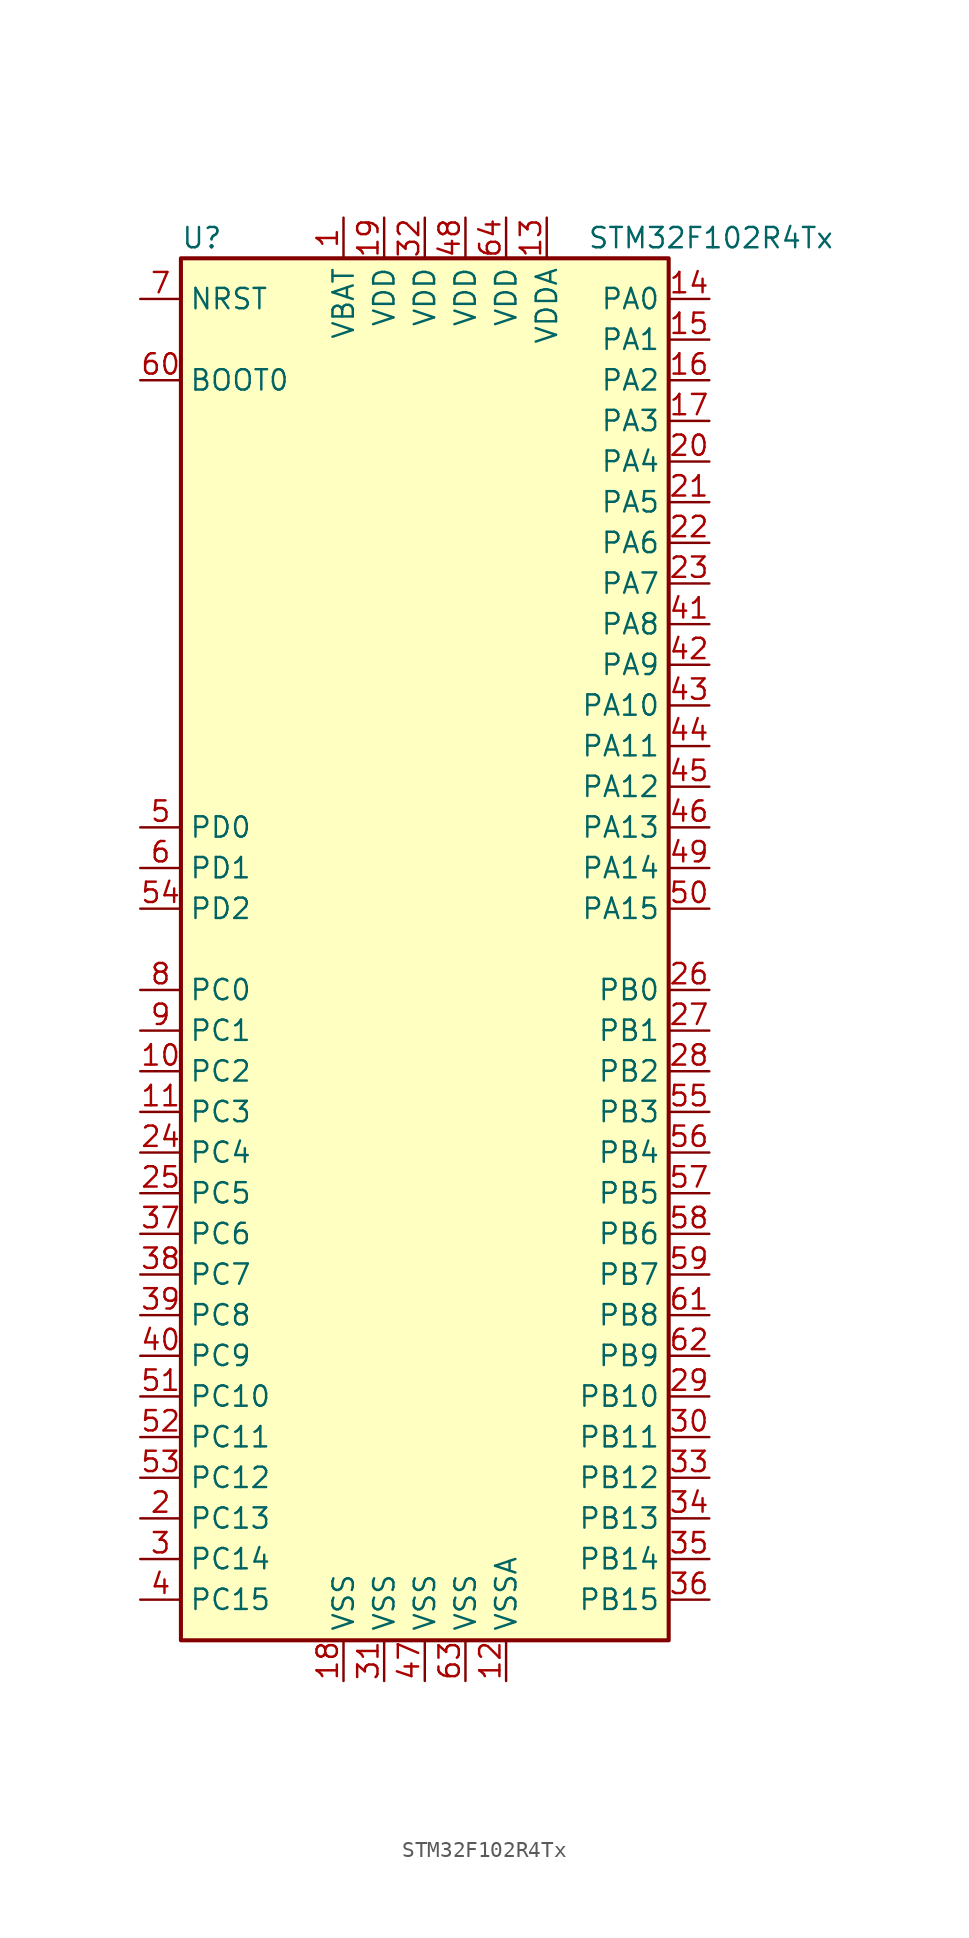
<source format=kicad_sym>
(kicad_symbol_lib
  (version 20201005)
  (generator kicad_symbol_editor)
  (symbol "STM32F102R4Tx"
    (property "Reference" "U"
      (at -15.24 44.45 0)
      (effects (font (size 1.27 1.27)) (justify left)))
    (property "Value" "STM32F102R4Tx"
      (at 10.16 44.45 0)
      (effects (font (size 1.27 1.27)) (justify left)))
    (symbol "STM32F102R4Tx_0_1"
      (rectangle (start -15.24 -43.18) (end 15.24 43.18) (stroke (width 0.254)) (fill (type background))))
    (symbol "STM32F102R4Tx_1_1"
      (pin power_in line (at -5.08 45.72 270) (length 2.54) (name "VBAT" (effects (font (size 1.27 1.27)))) (number "1" (effects (font (size 1.27 1.27)))))
      (pin bidirectional line (at -17.78 -7.62 0) (length 2.54) (name "PC2" (effects (font (size 1.27 1.27)))) (number "10" (effects (font (size 1.27 1.27)))))
      (pin bidirectional line (at -17.78 -10.16 0) (length 2.54) (name "PC3" (effects (font (size 1.27 1.27)))) (number "11" (effects (font (size 1.27 1.27)))))
      (pin power_in line (at 5.08 -45.72 90) (length 2.54) (name "VSSA" (effects (font (size 1.27 1.27)))) (number "12" (effects (font (size 1.27 1.27)))))
      (pin power_in line (at 7.62 45.72 270) (length 2.54) (name "VDDA" (effects (font (size 1.27 1.27)))) (number "13" (effects (font (size 1.27 1.27)))))
      (pin bidirectional line (at 17.78 40.64 180) (length 2.54) (name "PA0" (effects (font (size 1.27 1.27)))) (number "14" (effects (font (size 1.27 1.27)))))
      (pin bidirectional line (at 17.78 38.1 180) (length 2.54) (name "PA1" (effects (font (size 1.27 1.27)))) (number "15" (effects (font (size 1.27 1.27)))))
      (pin bidirectional line (at 17.78 35.56 180) (length 2.54) (name "PA2" (effects (font (size 1.27 1.27)))) (number "16" (effects (font (size 1.27 1.27)))))
      (pin bidirectional line (at 17.78 33.02 180) (length 2.54) (name "PA3" (effects (font (size 1.27 1.27)))) (number "17" (effects (font (size 1.27 1.27)))))
      (pin power_in line (at -5.08 -45.72 90) (length 2.54) (name "VSS" (effects (font (size 1.27 1.27)))) (number "18" (effects (font (size 1.27 1.27)))))
      (pin power_in line (at -2.54 45.72 270) (length 2.54) (name "VDD" (effects (font (size 1.27 1.27)))) (number "19" (effects (font (size 1.27 1.27)))))
      (pin bidirectional line (at -17.78 -35.56 0) (length 2.54) (name "PC13" (effects (font (size 1.27 1.27)))) (number "2" (effects (font (size 1.27 1.27)))))
      (pin bidirectional line (at 17.78 30.48 180) (length 2.54) (name "PA4" (effects (font (size 1.27 1.27)))) (number "20" (effects (font (size 1.27 1.27)))))
      (pin bidirectional line (at 17.78 27.94 180) (length 2.54) (name "PA5" (effects (font (size 1.27 1.27)))) (number "21" (effects (font (size 1.27 1.27)))))
      (pin bidirectional line (at 17.78 25.4 180) (length 2.54) (name "PA6" (effects (font (size 1.27 1.27)))) (number "22" (effects (font (size 1.27 1.27)))))
      (pin bidirectional line (at 17.78 22.86 180) (length 2.54) (name "PA7" (effects (font (size 1.27 1.27)))) (number "23" (effects (font (size 1.27 1.27)))))
      (pin bidirectional line (at -17.78 -12.7 0) (length 2.54) (name "PC4" (effects (font (size 1.27 1.27)))) (number "24" (effects (font (size 1.27 1.27)))))
      (pin bidirectional line (at -17.78 -15.24 0) (length 2.54) (name "PC5" (effects (font (size 1.27 1.27)))) (number "25" (effects (font (size 1.27 1.27)))))
      (pin bidirectional line (at 17.78 -2.54 180) (length 2.54) (name "PB0" (effects (font (size 1.27 1.27)))) (number "26" (effects (font (size 1.27 1.27)))))
      (pin bidirectional line (at 17.78 -5.08 180) (length 2.54) (name "PB1" (effects (font (size 1.27 1.27)))) (number "27" (effects (font (size 1.27 1.27)))))
      (pin bidirectional line (at 17.78 -7.62 180) (length 2.54) (name "PB2" (effects (font (size 1.27 1.27)))) (number "28" (effects (font (size 1.27 1.27)))))
      (pin bidirectional line (at 17.78 -27.94 180) (length 2.54) (name "PB10" (effects (font (size 1.27 1.27)))) (number "29" (effects (font (size 1.27 1.27)))))
      (pin bidirectional line (at -17.78 -38.1 0) (length 2.54) (name "PC14" (effects (font (size 1.27 1.27)))) (number "3" (effects (font (size 1.27 1.27)))))
      (pin bidirectional line (at 17.78 -30.48 180) (length 2.54) (name "PB11" (effects (font (size 1.27 1.27)))) (number "30" (effects (font (size 1.27 1.27)))))
      (pin power_in line (at -2.54 -45.72 90) (length 2.54) (name "VSS" (effects (font (size 1.27 1.27)))) (number "31" (effects (font (size 1.27 1.27)))))
      (pin power_in line (at 0 45.72 270) (length 2.54) (name "VDD" (effects (font (size 1.27 1.27)))) (number "32" (effects (font (size 1.27 1.27)))))
      (pin bidirectional line (at 17.78 -33.02 180) (length 2.54) (name "PB12" (effects (font (size 1.27 1.27)))) (number "33" (effects (font (size 1.27 1.27)))))
      (pin bidirectional line (at 17.78 -35.56 180) (length 2.54) (name "PB13" (effects (font (size 1.27 1.27)))) (number "34" (effects (font (size 1.27 1.27)))))
      (pin bidirectional line (at 17.78 -38.1 180) (length 2.54) (name "PB14" (effects (font (size 1.27 1.27)))) (number "35" (effects (font (size 1.27 1.27)))))
      (pin bidirectional line (at 17.78 -40.64 180) (length 2.54) (name "PB15" (effects (font (size 1.27 1.27)))) (number "36" (effects (font (size 1.27 1.27)))))
      (pin bidirectional line (at -17.78 -17.78 0) (length 2.54) (name "PC6" (effects (font (size 1.27 1.27)))) (number "37" (effects (font (size 1.27 1.27)))))
      (pin bidirectional line (at -17.78 -20.32 0) (length 2.54) (name "PC7" (effects (font (size 1.27 1.27)))) (number "38" (effects (font (size 1.27 1.27)))))
      (pin bidirectional line (at -17.78 -22.86 0) (length 2.54) (name "PC8" (effects (font (size 1.27 1.27)))) (number "39" (effects (font (size 1.27 1.27)))))
      (pin bidirectional line (at -17.78 -40.64 0) (length 2.54) (name "PC15" (effects (font (size 1.27 1.27)))) (number "4" (effects (font (size 1.27 1.27)))))
      (pin bidirectional line (at -17.78 -25.4 0) (length 2.54) (name "PC9" (effects (font (size 1.27 1.27)))) (number "40" (effects (font (size 1.27 1.27)))))
      (pin bidirectional line (at 17.78 20.32 180) (length 2.54) (name "PA8" (effects (font (size 1.27 1.27)))) (number "41" (effects (font (size 1.27 1.27)))))
      (pin bidirectional line (at 17.78 17.78 180) (length 2.54) (name "PA9" (effects (font (size 1.27 1.27)))) (number "42" (effects (font (size 1.27 1.27)))))
      (pin bidirectional line (at 17.78 15.24 180) (length 2.54) (name "PA10" (effects (font (size 1.27 1.27)))) (number "43" (effects (font (size 1.27 1.27)))))
      (pin bidirectional line (at 17.78 12.7 180) (length 2.54) (name "PA11" (effects (font (size 1.27 1.27)))) (number "44" (effects (font (size 1.27 1.27)))))
      (pin bidirectional line (at 17.78 10.16 180) (length 2.54) (name "PA12" (effects (font (size 1.27 1.27)))) (number "45" (effects (font (size 1.27 1.27)))))
      (pin bidirectional line (at 17.78 7.62 180) (length 2.54) (name "PA13" (effects (font (size 1.27 1.27)))) (number "46" (effects (font (size 1.27 1.27)))))
      (pin power_in line (at 0 -45.72 90) (length 2.54) (name "VSS" (effects (font (size 1.27 1.27)))) (number "47" (effects (font (size 1.27 1.27)))))
      (pin power_in line (at 2.54 45.72 270) (length 2.54) (name "VDD" (effects (font (size 1.27 1.27)))) (number "48" (effects (font (size 1.27 1.27)))))
      (pin bidirectional line (at 17.78 5.08 180) (length 2.54) (name "PA14" (effects (font (size 1.27 1.27)))) (number "49" (effects (font (size 1.27 1.27)))))
      (pin input line (at -17.78 7.62 0) (length 2.54) (name "PD0" (effects (font (size 1.27 1.27)))) (number "5" (effects (font (size 1.27 1.27)))))
      (pin bidirectional line (at 17.78 2.54 180) (length 2.54) (name "PA15" (effects (font (size 1.27 1.27)))) (number "50" (effects (font (size 1.27 1.27)))))
      (pin bidirectional line (at -17.78 -27.94 0) (length 2.54) (name "PC10" (effects (font (size 1.27 1.27)))) (number "51" (effects (font (size 1.27 1.27)))))
      (pin bidirectional line (at -17.78 -30.48 0) (length 2.54) (name "PC11" (effects (font (size 1.27 1.27)))) (number "52" (effects (font (size 1.27 1.27)))))
      (pin bidirectional line (at -17.78 -33.02 0) (length 2.54) (name "PC12" (effects (font (size 1.27 1.27)))) (number "53" (effects (font (size 1.27 1.27)))))
      (pin bidirectional line (at -17.78 2.54 0) (length 2.54) (name "PD2" (effects (font (size 1.27 1.27)))) (number "54" (effects (font (size 1.27 1.27)))))
      (pin bidirectional line (at 17.78 -10.16 180) (length 2.54) (name "PB3" (effects (font (size 1.27 1.27)))) (number "55" (effects (font (size 1.27 1.27)))))
      (pin bidirectional line (at 17.78 -12.7 180) (length 2.54) (name "PB4" (effects (font (size 1.27 1.27)))) (number "56" (effects (font (size 1.27 1.27)))))
      (pin bidirectional line (at 17.78 -15.24 180) (length 2.54) (name "PB5" (effects (font (size 1.27 1.27)))) (number "57" (effects (font (size 1.27 1.27)))))
      (pin bidirectional line (at 17.78 -17.78 180) (length 2.54) (name "PB6" (effects (font (size 1.27 1.27)))) (number "58" (effects (font (size 1.27 1.27)))))
      (pin bidirectional line (at 17.78 -20.32 180) (length 2.54) (name "PB7" (effects (font (size 1.27 1.27)))) (number "59" (effects (font (size 1.27 1.27)))))
      (pin input line (at -17.78 5.08 0) (length 2.54) (name "PD1" (effects (font (size 1.27 1.27)))) (number "6" (effects (font (size 1.27 1.27)))))
      (pin input line (at -17.78 35.56 0) (length 2.54) (name "BOOT0" (effects (font (size 1.27 1.27)))) (number "60" (effects (font (size 1.27 1.27)))))
      (pin bidirectional line (at 17.78 -22.86 180) (length 2.54) (name "PB8" (effects (font (size 1.27 1.27)))) (number "61" (effects (font (size 1.27 1.27)))))
      (pin bidirectional line (at 17.78 -25.4 180) (length 2.54) (name "PB9" (effects (font (size 1.27 1.27)))) (number "62" (effects (font (size 1.27 1.27)))))
      (pin power_in line (at 2.54 -45.72 90) (length 2.54) (name "VSS" (effects (font (size 1.27 1.27)))) (number "63" (effects (font (size 1.27 1.27)))))
      (pin power_in line (at 5.08 45.72 270) (length 2.54) (name "VDD" (effects (font (size 1.27 1.27)))) (number "64" (effects (font (size 1.27 1.27)))))
      (pin input line (at -17.78 40.64 0) (length 2.54) (name "NRST" (effects (font (size 1.27 1.27)))) (number "7" (effects (font (size 1.27 1.27)))))
      (pin bidirectional line (at -17.78 -2.54 0) (length 2.54) (name "PC0" (effects (font (size 1.27 1.27)))) (number "8" (effects (font (size 1.27 1.27)))))
      (pin bidirectional line (at -17.78 -5.08 0) (length 2.54) (name "PC1" (effects (font (size 1.27 1.27)))) (number "9" (effects (font (size 1.27 1.27))))))))
</source>
